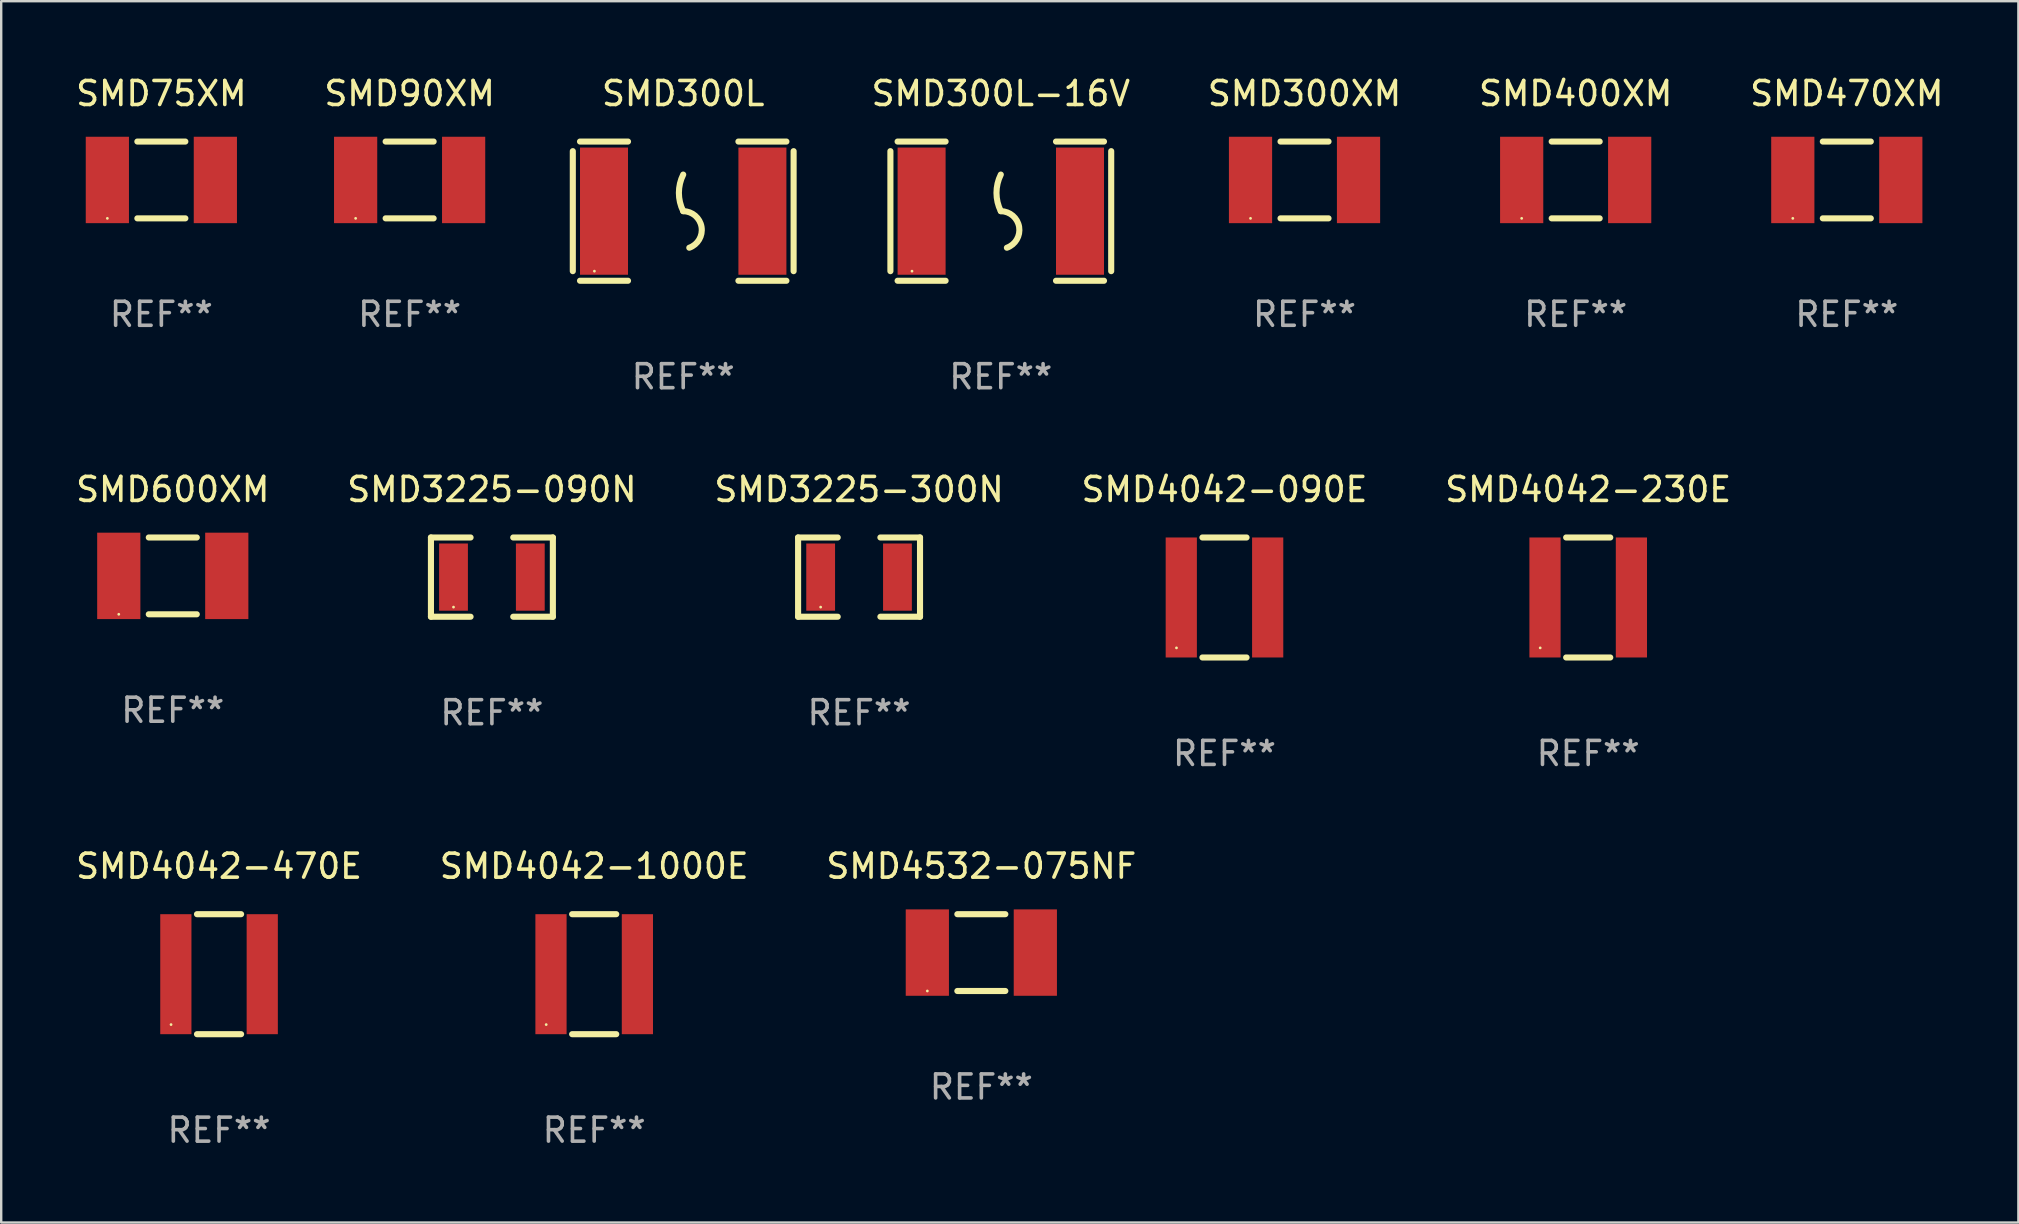
<source format=kicad_pcb>
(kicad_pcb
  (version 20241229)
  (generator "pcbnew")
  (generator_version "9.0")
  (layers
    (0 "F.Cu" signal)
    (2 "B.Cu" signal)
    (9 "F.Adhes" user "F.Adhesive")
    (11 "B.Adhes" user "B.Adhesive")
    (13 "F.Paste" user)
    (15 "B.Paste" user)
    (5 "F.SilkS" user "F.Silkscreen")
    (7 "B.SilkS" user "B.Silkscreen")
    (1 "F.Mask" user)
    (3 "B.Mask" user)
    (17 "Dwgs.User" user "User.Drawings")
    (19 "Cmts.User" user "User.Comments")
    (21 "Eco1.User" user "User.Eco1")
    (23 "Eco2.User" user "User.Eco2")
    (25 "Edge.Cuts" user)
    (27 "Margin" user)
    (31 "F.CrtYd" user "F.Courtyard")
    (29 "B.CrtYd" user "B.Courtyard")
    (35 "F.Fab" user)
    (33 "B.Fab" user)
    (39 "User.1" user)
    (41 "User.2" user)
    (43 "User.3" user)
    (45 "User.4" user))
  (footprint "SMD4042-1000E"
    (layer "F.Cu")
    (at 21.708 37.541)
    (property "Reference" "SMD4042-1000E" (at 0 -4.5 0) (layer "F.SilkS") (effects (font (size 1 1) (thickness 0.15))))
    (attr through_hole)
    (fp_line (start -0.919 2.5) (end 0.919 2.5) (stroke (width 0.254) (type solid)) (layer "F.SilkS"))
    (fp_line (start -0.919 -2.5) (end 0.919 -2.5) (stroke (width 0.254) (type solid)) (layer "F.SilkS"))
    (fp_circle (center -2 2.1) (end -1.97 2.1) (stroke (width 0.06) (type solid)) (fill no) (layer "F.SilkS"))
    (fp_text user "REF**" (at 0 6.5 0) (layer "F.Fab") (effects (font (size 1 1) (thickness 0.15))))
    (pad "1" smd rect (at -1.8 0) (size 1.3 5) (layers "F.Cu" "F.Mask" "F.Paste"))
    (pad "2" smd rect (at 1.8 0) (size 1.3 5) (layers "F.Cu" "F.Mask" "F.Paste")))
  (footprint "SMD3225-090N"
    (layer "F.Cu")
    (at 17.446 20.996)
    (property "Reference" "SMD3225-090N" (at 0 -3.651 0) (layer "F.SilkS") (effects (font (size 1 1) (thickness 0.15))))
    (attr through_hole)
    (fp_line (start -2.54 -1.651) (end -0.889 -1.651) (stroke (width 0.254) (type solid)) (layer "F.SilkS"))
    (fp_line (start -2.54 1.651) (end -2.54 -1.651) (stroke (width 0.254) (type solid)) (layer "F.SilkS"))
    (fp_line (start -0.889 1.651) (end -2.54 1.651) (stroke (width 0.254) (type solid)) (layer "F.SilkS"))
    (fp_line (start 0.889 -1.651) (end 2.54 -1.651) (stroke (width 0.254) (type solid)) (layer "F.SilkS"))
    (fp_line (start 2.54 -1.651) (end 2.54 1.651) (stroke (width 0.254) (type solid)) (layer "F.SilkS"))
    (fp_line (start 2.54 1.651) (end 0.889 1.651) (stroke (width 0.254) (type solid)) (layer "F.SilkS"))
    (fp_circle (center -1.6 1.25) (end -1.57 1.25) (stroke (width 0.06) (type solid)) (fill no) (layer "F.SilkS"))
    (fp_text user "REF**" (at 0 5.651 0) (layer "F.Fab") (effects (font (size 1 1) (thickness 0.15))))
    (pad "1" smd rect (at -1.6 0) (size 1.2 2.8) (layers "F.Cu" "F.Mask" "F.Paste"))
    (pad "2" smd rect (at 1.6 0) (size 1.2 2.8) (layers "F.Cu" "F.Mask" "F.Paste")))
  (footprint "SMD300XM"
    (layer "F.Cu")
    (at 51.305 4.448)
    (property "Reference" "SMD300XM" (at 0 -3.6 0) (layer "F.SilkS") (effects (font (size 1 1) (thickness 0.15))))
    (attr through_hole)
    (fp_line (start -1 -1.6) (end 1 -1.6) (stroke (width 0.254) (type solid)) (layer "F.SilkS"))
    (fp_line (start 1 1.6) (end -1 1.6) (stroke (width 0.254) (type solid)) (layer "F.SilkS"))
    (fp_circle (center -2.25 1.6) (end -2.22 1.6) (stroke (width 0.06) (type solid)) (fill no) (layer "F.SilkS"))
    (fp_text user "REF**" (at 0 5.6 0) (layer "F.Fab") (effects (font (size 1 1) (thickness 0.15))))
    (pad "1" smd rect (at -2.25 0) (size 1.8 3.6) (layers "F.Cu" "F.Mask" "F.Paste"))
    (pad "2" smd rect (at 2.25 0) (size 1.8 3.6) (layers "F.Cu" "F.Mask" "F.Paste")))
  (footprint "SMD400XM"
    (layer "F.Cu")
    (at 62.603 4.448)
    (property "Reference" "SMD400XM" (at 0 -3.6 0) (layer "F.SilkS") (effects (font (size 1 1) (thickness 0.15))))
    (attr through_hole)
    (fp_line (start -1 -1.6) (end 1 -1.6) (stroke (width 0.254) (type solid)) (layer "F.SilkS"))
    (fp_line (start 1 1.6) (end -1 1.6) (stroke (width 0.254) (type solid)) (layer "F.SilkS"))
    (fp_circle (center -2.25 1.6) (end -2.22 1.6) (stroke (width 0.06) (type solid)) (fill no) (layer "F.SilkS"))
    (fp_text user "REF**" (at 0 5.6 0) (layer "F.Fab") (effects (font (size 1 1) (thickness 0.15))))
    (pad "1" smd rect (at -2.25 0) (size 1.8 3.6) (layers "F.Cu" "F.Mask" "F.Paste"))
    (pad "2" smd rect (at 2.25 0) (size 1.8 3.6) (layers "F.Cu" "F.Mask" "F.Paste")))
  (footprint "SMD3225-300N"
    (layer "F.Cu")
    (at 32.744 20.996)
    (property "Reference" "SMD3225-300N" (at 0 -3.651 0) (layer "F.SilkS") (effects (font (size 1 1) (thickness 0.15))))
    (attr through_hole)
    (fp_line (start -2.54 -1.651) (end -0.889 -1.651) (stroke (width 0.254) (type solid)) (layer "F.SilkS"))
    (fp_line (start -2.54 1.651) (end -2.54 -1.651) (stroke (width 0.254) (type solid)) (layer "F.SilkS"))
    (fp_line (start -0.889 1.651) (end -2.54 1.651) (stroke (width 0.254) (type solid)) (layer "F.SilkS"))
    (fp_line (start 0.889 -1.651) (end 2.54 -1.651) (stroke (width 0.254) (type solid)) (layer "F.SilkS"))
    (fp_line (start 2.54 -1.651) (end 2.54 1.651) (stroke (width 0.254) (type solid)) (layer "F.SilkS"))
    (fp_line (start 2.54 1.651) (end 0.889 1.651) (stroke (width 0.254) (type solid)) (layer "F.SilkS"))
    (fp_circle (center -1.6 1.25) (end -1.57 1.25) (stroke (width 0.06) (type solid)) (fill no) (layer "F.SilkS"))
    (fp_text user "REF**" (at 0 5.651 0) (layer "F.Fab") (effects (font (size 1 1) (thickness 0.15))))
    (pad "1" smd rect (at -1.6 0) (size 1.2 2.8) (layers "F.Cu" "F.Mask" "F.Paste"))
    (pad "2" smd rect (at 1.6 0) (size 1.2 2.8) (layers "F.Cu" "F.Mask" "F.Paste")))
  (footprint "SMD4532-075NF"
    (layer "F.Cu")
    (at 37.839 36.641)
    (property "Reference" "SMD4532-075NF" (at 0 -3.6 0) (layer "F.SilkS") (effects (font (size 1 1) (thickness 0.15))))
    (attr through_hole)
    (fp_line (start -1 -1.6) (end 1 -1.6) (stroke (width 0.254) (type solid)) (layer "F.SilkS"))
    (fp_line (start 1 1.6) (end -1 1.6) (stroke (width 0.254) (type solid)) (layer "F.SilkS"))
    (fp_circle (center -2.25 1.6) (end -2.22 1.6) (stroke (width 0.06) (type solid)) (fill no) (layer "F.SilkS"))
    (fp_text user "REF**" (at 0 5.6 0) (layer "F.Fab") (effects (font (size 1 1) (thickness 0.15))))
    (pad "1" smd rect (at -2.25 0) (size 1.8 3.6) (layers "F.Cu" "F.Mask" "F.Paste"))
    (pad "2" smd rect (at 2.25 0) (size 1.8 3.6) (layers "F.Cu" "F.Mask" "F.Paste")))
  (footprint "SMD75XM"
    (layer "F.Cu")
    (at 3.673 4.448)
    (property "Reference" "SMD75XM" (at 0 -3.6 0) (layer "F.SilkS") (effects (font (size 1 1) (thickness 0.15))))
    (attr through_hole)
    (fp_line (start -1 -1.6) (end 1 -1.6) (stroke (width 0.254) (type solid)) (layer "F.SilkS"))
    (fp_line (start 1 1.6) (end -1 1.6) (stroke (width 0.254) (type solid)) (layer "F.SilkS"))
    (fp_circle (center -2.25 1.6) (end -2.22 1.6) (stroke (width 0.06) (type solid)) (fill no) (layer "F.SilkS"))
    (fp_text user "REF**" (at 0 5.6 0) (layer "F.Fab") (effects (font (size 1 1) (thickness 0.15))))
    (pad "1" smd rect (at -2.25 0) (size 1.8 3.6) (layers "F.Cu" "F.Mask" "F.Paste"))
    (pad "2" smd rect (at 2.25 0) (size 1.8 3.6) (layers "F.Cu" "F.Mask" "F.Paste")))
  (footprint "SMD300L-16V"
    (layer "F.Cu")
    (at 38.65 5.748)
    (property "Reference" "SMD300L-16V" (at 0 -4.9 0) (layer "F.SilkS") (effects (font (size 1 1) (thickness 0.15))))
    (attr through_hole)
    (fp_line (start -4.6 -2.5) (end -4.6 2.5) (stroke (width 0.254) (type solid)) (layer "F.SilkS"))
    (fp_line (start -4.3 -2.9) (end -2.3 -2.9) (stroke (width 0.254) (type solid)) (layer "F.SilkS"))
    (fp_line (start -4.3 2.9) (end -2.3 2.9) (stroke (width 0.254) (type solid)) (layer "F.SilkS"))
    (fp_line (start 2.3 -2.9) (end 4.3 -2.9) (stroke (width 0.254) (type solid)) (layer "F.SilkS"))
    (fp_line (start 2.3 2.9) (end 4.3 2.9) (stroke (width 0.254) (type solid)) (layer "F.SilkS"))
    (fp_line (start 4.6 -2.5) (end 4.6 2.5) (stroke (width 0.254) (type solid)) (layer "F.SilkS"))
    (fp_arc (start 0 0) (mid -0.179884 -0.762002) (end 0 -1.524003) (stroke (width 0.254001) (type solid)) (layer "F.SilkS"))
    (fp_arc (start 0 0) (mid 0.763086 0.655987) (end 0.254001 1.524003) (stroke (width 0.254001) (type solid)) (layer "F.SilkS"))
    (fp_circle (center -3.7 2.5) (end -3.67 2.5) (stroke (width 0.06) (type solid)) (fill no) (layer "F.SilkS"))
    (fp_text user "REF**" (at 0 6.9 0) (layer "F.Fab") (effects (font (size 1 1) (thickness 0.15))))
    (pad "1" smd rect (at -3.3 0) (size 2 5.3) (layers "F.Cu" "F.Mask" "F.Paste"))
    (pad "2" smd rect (at 3.3 0) (size 2 5.3) (layers "F.Cu" "F.Mask" "F.Paste")))
  (footprint "SMD470XM"
    (layer "F.Cu")
    (at 73.9 4.448)
    (property "Reference" "SMD470XM" (at 0 -3.6 0) (layer "F.SilkS") (effects (font (size 1 1) (thickness 0.15))))
    (attr through_hole)
    (fp_line (start -1 -1.6) (end 1 -1.6) (stroke (width 0.254) (type solid)) (layer "F.SilkS"))
    (fp_line (start 1 1.6) (end -1 1.6) (stroke (width 0.254) (type solid)) (layer "F.SilkS"))
    (fp_circle (center -2.25 1.6) (end -2.22 1.6) (stroke (width 0.06) (type solid)) (fill no) (layer "F.SilkS"))
    (fp_text user "REF**" (at 0 5.6 0) (layer "F.Fab") (effects (font (size 1 1) (thickness 0.15))))
    (pad "1" smd rect (at -2.25 0) (size 1.8 3.6) (layers "F.Cu" "F.Mask" "F.Paste"))
    (pad "2" smd rect (at 2.25 0) (size 1.8 3.6) (layers "F.Cu" "F.Mask" "F.Paste")))
  (footprint "SMD4042-230E"
    (layer "F.Cu")
    (at 63.125 21.845)
    (property "Reference" "SMD4042-230E" (at 0 -4.5 0) (layer "F.SilkS") (effects (font (size 1 1) (thickness 0.15))))
    (attr through_hole)
    (fp_line (start -0.919 2.5) (end 0.919 2.5) (stroke (width 0.254) (type solid)) (layer "F.SilkS"))
    (fp_line (start -0.919 -2.5) (end 0.919 -2.5) (stroke (width 0.254) (type solid)) (layer "F.SilkS"))
    (fp_circle (center -2 2.1) (end -1.97 2.1) (stroke (width 0.06) (type solid)) (fill no) (layer "F.SilkS"))
    (fp_text user "REF**" (at 0 6.5 0) (layer "F.Fab") (effects (font (size 1 1) (thickness 0.15))))
    (pad "1" smd rect (at -1.8 0) (size 1.3 5) (layers "F.Cu" "F.Mask" "F.Paste"))
    (pad "2" smd rect (at 1.8 0) (size 1.3 5) (layers "F.Cu" "F.Mask" "F.Paste")))
  (footprint "SMD4042-090E"
    (layer "F.Cu")
    (at 47.97 21.845)
    (property "Reference" "SMD4042-090E" (at 0 -4.5 0) (layer "F.SilkS") (effects (font (size 1 1) (thickness 0.15))))
    (attr through_hole)
    (fp_line (start -0.919 2.5) (end 0.919 2.5) (stroke (width 0.254) (type solid)) (layer "F.SilkS"))
    (fp_line (start -0.919 -2.5) (end 0.919 -2.5) (stroke (width 0.254) (type solid)) (layer "F.SilkS"))
    (fp_circle (center -2 2.1) (end -1.97 2.1) (stroke (width 0.06) (type solid)) (fill no) (layer "F.SilkS"))
    (fp_text user "REF**" (at 0 6.5 0) (layer "F.Fab") (effects (font (size 1 1) (thickness 0.15))))
    (pad "1" smd rect (at -1.8 0) (size 1.3 5) (layers "F.Cu" "F.Mask" "F.Paste"))
    (pad "2" smd rect (at 1.8 0) (size 1.3 5) (layers "F.Cu" "F.Mask" "F.Paste")))
  (footprint "SMD300L"
    (layer "F.Cu")
    (at 25.417 5.748)
    (property "Reference" "SMD300L" (at 0 -4.9 0) (layer "F.SilkS") (effects (font (size 1 1) (thickness 0.15))))
    (attr through_hole)
    (fp_line (start -4.6 -2.5) (end -4.6 2.5) (stroke (width 0.254) (type solid)) (layer "F.SilkS"))
    (fp_line (start -4.3 -2.9) (end -2.3 -2.9) (stroke (width 0.254) (type solid)) (layer "F.SilkS"))
    (fp_line (start -4.3 2.9) (end -2.3 2.9) (stroke (width 0.254) (type solid)) (layer "F.SilkS"))
    (fp_line (start 2.3 -2.9) (end 4.3 -2.9) (stroke (width 0.254) (type solid)) (layer "F.SilkS"))
    (fp_line (start 2.3 2.9) (end 4.3 2.9) (stroke (width 0.254) (type solid)) (layer "F.SilkS"))
    (fp_line (start 4.6 -2.5) (end 4.6 2.5) (stroke (width 0.254) (type solid)) (layer "F.SilkS"))
    (fp_arc (start 0 0) (mid -0.179884 -0.762002) (end 0 -1.524003) (stroke (width 0.254001) (type solid)) (layer "F.SilkS"))
    (fp_arc (start 0 0) (mid 0.763086 0.655987) (end 0.254001 1.524003) (stroke (width 0.254001) (type solid)) (layer "F.SilkS"))
    (fp_circle (center -3.7 2.5) (end -3.67 2.5) (stroke (width 0.06) (type solid)) (fill no) (layer "F.SilkS"))
    (fp_text user "REF**" (at 0 6.9 0) (layer "F.Fab") (effects (font (size 1 1) (thickness 0.15))))
    (pad "1" smd rect (at -3.3 0) (size 2 5.3) (layers "F.Cu" "F.Mask" "F.Paste"))
    (pad "2" smd rect (at 3.3 0) (size 2 5.3) (layers "F.Cu" "F.Mask" "F.Paste")))
  (footprint "SMD600XM"
    (layer "F.Cu")
    (at 4.149 20.945)
    (property "Reference" "SMD600XM" (at 0 -3.6 0) (layer "F.SilkS") (effects (font (size 1 1) (thickness 0.15))))
    (attr through_hole)
    (fp_line (start -1 -1.6) (end 1 -1.6) (stroke (width 0.254) (type solid)) (layer "F.SilkS"))
    (fp_line (start 1 1.6) (end -1 1.6) (stroke (width 0.254) (type solid)) (layer "F.SilkS"))
    (fp_circle (center -2.25 1.6) (end -2.22 1.6) (stroke (width 0.06) (type solid)) (fill no) (layer "F.SilkS"))
    (fp_text user "REF**" (at 0 5.6 0) (layer "F.Fab") (effects (font (size 1 1) (thickness 0.15))))
    (pad "1" smd rect (at -2.25 0) (size 1.8 3.6) (layers "F.Cu" "F.Mask" "F.Paste"))
    (pad "2" smd rect (at 2.25 0) (size 1.8 3.6) (layers "F.Cu" "F.Mask" "F.Paste")))
  (footprint "SMD90XM"
    (layer "F.Cu")
    (at 14.018 4.448)
    (property "Reference" "SMD90XM" (at 0 -3.6 0) (layer "F.SilkS") (effects (font (size 1 1) (thickness 0.15))))
    (attr through_hole)
    (fp_line (start -1 -1.6) (end 1 -1.6) (stroke (width 0.254) (type solid)) (layer "F.SilkS"))
    (fp_line (start 1 1.6) (end -1 1.6) (stroke (width 0.254) (type solid)) (layer "F.SilkS"))
    (fp_circle (center -2.25 1.6) (end -2.22 1.6) (stroke (width 0.06) (type solid)) (fill no) (layer "F.SilkS"))
    (fp_text user "REF**" (at 0 5.6 0) (layer "F.Fab") (effects (font (size 1 1) (thickness 0.15))))
    (pad "1" smd rect (at -2.25 0) (size 1.8 3.6) (layers "F.Cu" "F.Mask" "F.Paste"))
    (pad "2" smd rect (at 2.25 0) (size 1.8 3.6) (layers "F.Cu" "F.Mask" "F.Paste")))
  (footprint "SMD4042-470E"
    (layer "F.Cu")
    (at 6.077 37.541)
    (property "Reference" "SMD4042-470E" (at 0 -4.5 0) (layer "F.SilkS") (effects (font (size 1 1) (thickness 0.15))))
    (attr through_hole)
    (fp_line (start -0.919 2.5) (end 0.919 2.5) (stroke (width 0.254) (type solid)) (layer "F.SilkS"))
    (fp_line (start -0.919 -2.5) (end 0.919 -2.5) (stroke (width 0.254) (type solid)) (layer "F.SilkS"))
    (fp_circle (center -2 2.1) (end -1.97 2.1) (stroke (width 0.06) (type solid)) (fill no) (layer "F.SilkS"))
    (fp_text user "REF**" (at 0 6.5 0) (layer "F.Fab") (effects (font (size 1 1) (thickness 0.15))))
    (pad "1" smd rect (at -1.8 0) (size 1.3 5) (layers "F.Cu" "F.Mask" "F.Paste"))
    (pad "2" smd rect (at 1.8 0) (size 1.3 5) (layers "F.Cu" "F.Mask" "F.Paste")))
  (gr_rect
    (start -3 -3)
    (end 81.049 47.889)
    (stroke (width 0.1) (type default))
    (fill no)
    (layer "Edge.Cuts")))
</source>
